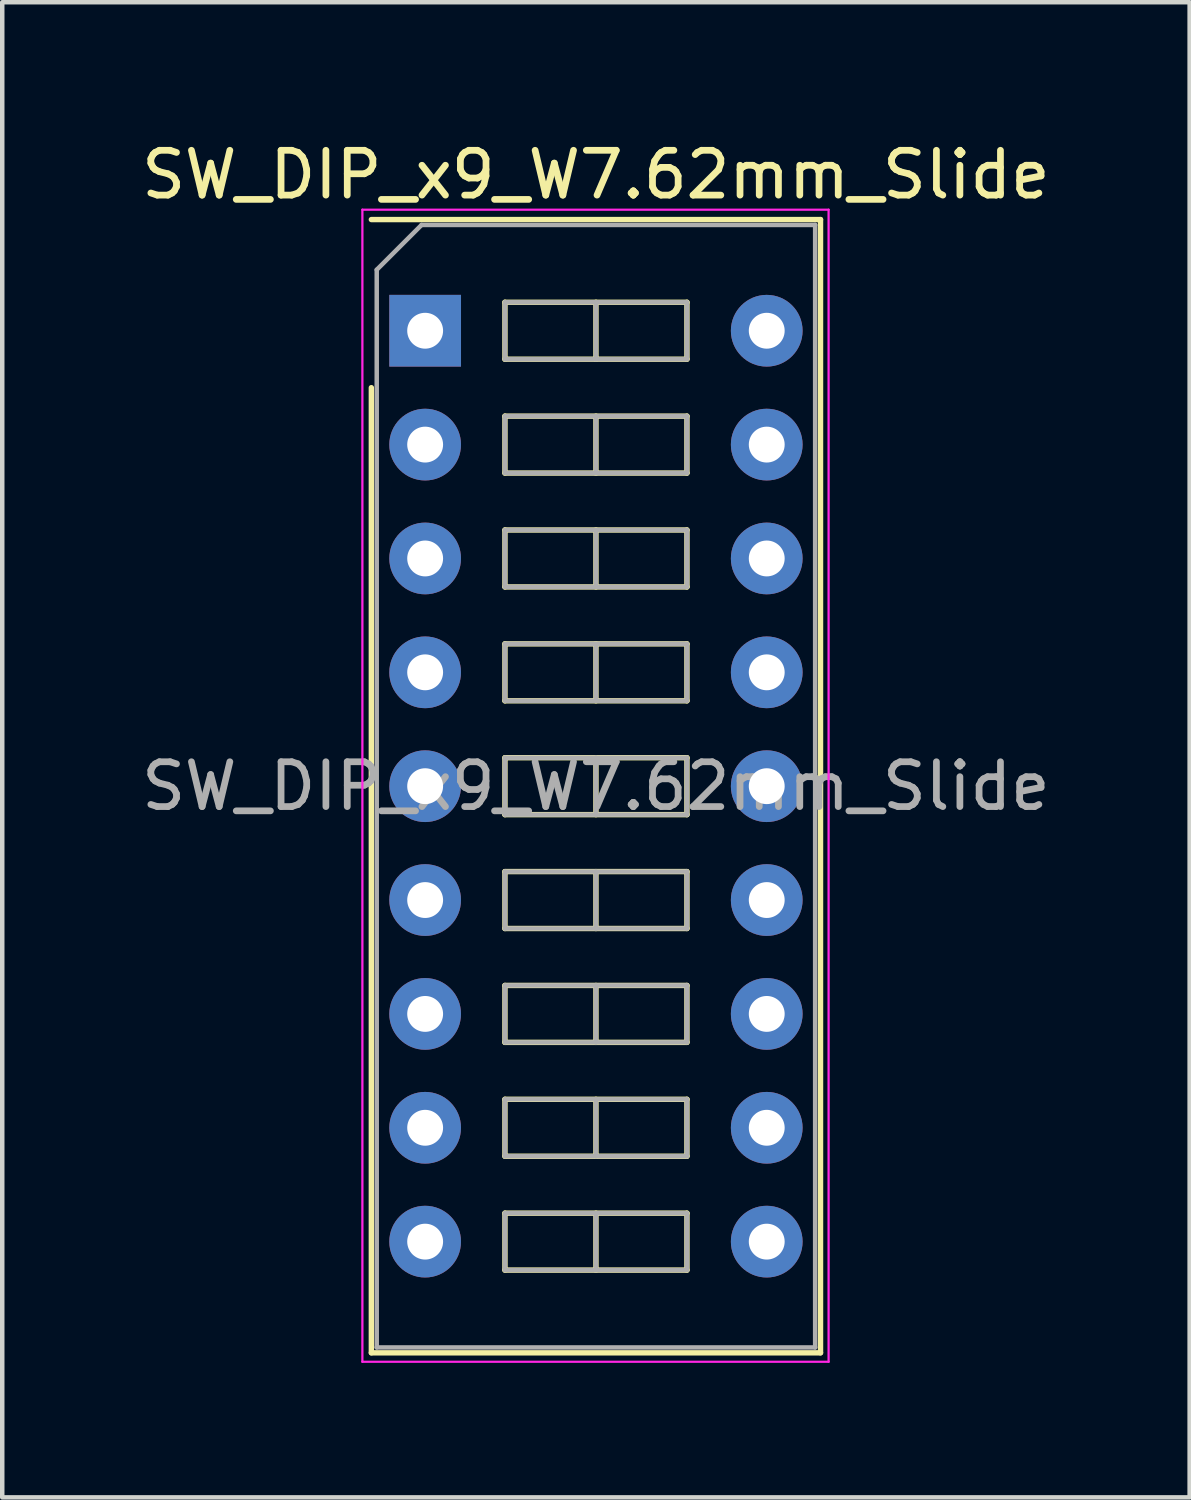
<source format=kicad_pcb>
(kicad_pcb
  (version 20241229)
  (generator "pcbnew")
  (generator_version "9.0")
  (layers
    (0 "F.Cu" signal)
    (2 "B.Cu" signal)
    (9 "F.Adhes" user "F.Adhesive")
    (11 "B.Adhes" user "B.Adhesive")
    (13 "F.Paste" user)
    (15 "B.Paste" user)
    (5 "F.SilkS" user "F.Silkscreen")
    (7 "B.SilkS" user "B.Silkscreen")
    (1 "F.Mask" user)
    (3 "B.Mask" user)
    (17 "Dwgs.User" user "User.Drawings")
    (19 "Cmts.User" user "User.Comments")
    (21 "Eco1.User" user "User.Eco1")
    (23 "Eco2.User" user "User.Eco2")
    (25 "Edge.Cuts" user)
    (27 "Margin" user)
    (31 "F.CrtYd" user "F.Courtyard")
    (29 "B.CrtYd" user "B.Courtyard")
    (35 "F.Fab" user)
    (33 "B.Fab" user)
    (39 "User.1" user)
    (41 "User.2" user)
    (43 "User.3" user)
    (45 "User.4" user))
  (footprint "SW_DIP_x9_W7.62mm_Slide"
    (layer "F.Cu")
    (at 6.434 4.328)
    (property "Reference" "SW_DIP_x9_W7.62mm_Slide" (at 3.81 -3.48 0) (layer "F.SilkS") (effects (font (size 1 1) (thickness 0.15))))
    (attr through_hole)
    (fp_line (start -1.2 -2.48) (end 8.82 -2.48) (stroke (width 0.12) (type solid)) (layer "F.SilkS"))
    (fp_line (start -1.2 22.8) (end -1.2 1.27) (stroke (width 0.12) (type solid)) (layer "F.SilkS"))
    (fp_line (start 1.78 -0.635) (end 1.78 0.635) (stroke (width 0.12) (type solid)) (layer "F.SilkS"))
    (fp_line (start 1.78 0.635) (end 5.84 0.635) (stroke (width 0.12) (type solid)) (layer "F.SilkS"))
    (fp_line (start 1.78 1.905) (end 1.78 3.175) (stroke (width 0.12) (type solid)) (layer "F.SilkS"))
    (fp_line (start 1.78 3.175) (end 5.84 3.175) (stroke (width 0.12) (type solid)) (layer "F.SilkS"))
    (fp_line (start 1.78 4.445) (end 1.78 5.715) (stroke (width 0.12) (type solid)) (layer "F.SilkS"))
    (fp_line (start 1.78 5.715) (end 5.84 5.715) (stroke (width 0.12) (type solid)) (layer "F.SilkS"))
    (fp_line (start 1.78 6.985) (end 1.78 8.255) (stroke (width 0.12) (type solid)) (layer "F.SilkS"))
    (fp_line (start 1.78 8.255) (end 5.84 8.255) (stroke (width 0.12) (type solid)) (layer "F.SilkS"))
    (fp_line (start 1.78 9.525) (end 1.78 10.795) (stroke (width 0.12) (type solid)) (layer "F.SilkS"))
    (fp_line (start 1.78 10.795) (end 5.84 10.795) (stroke (width 0.12) (type solid)) (layer "F.SilkS"))
    (fp_line (start 1.78 12.065) (end 1.78 13.335) (stroke (width 0.12) (type solid)) (layer "F.SilkS"))
    (fp_line (start 1.78 13.335) (end 5.84 13.335) (stroke (width 0.12) (type solid)) (layer "F.SilkS"))
    (fp_line (start 1.78 14.605) (end 1.78 15.875) (stroke (width 0.12) (type solid)) (layer "F.SilkS"))
    (fp_line (start 1.78 15.875) (end 5.84 15.875) (stroke (width 0.12) (type solid)) (layer "F.SilkS"))
    (fp_line (start 1.78 17.145) (end 1.78 18.415) (stroke (width 0.12) (type solid)) (layer "F.SilkS"))
    (fp_line (start 1.78 18.415) (end 5.84 18.415) (stroke (width 0.12) (type solid)) (layer "F.SilkS"))
    (fp_line (start 1.78 19.685) (end 1.78 20.955) (stroke (width 0.12) (type solid)) (layer "F.SilkS"))
    (fp_line (start 1.78 20.955) (end 5.84 20.955) (stroke (width 0.12) (type solid)) (layer "F.SilkS"))
    (fp_line (start 3.81 -0.635) (end 3.81 0.635) (stroke (width 0.12) (type solid)) (layer "F.SilkS"))
    (fp_line (start 3.81 1.905) (end 3.81 3.175) (stroke (width 0.12) (type solid)) (layer "F.SilkS"))
    (fp_line (start 3.81 4.445) (end 3.81 5.715) (stroke (width 0.12) (type solid)) (layer "F.SilkS"))
    (fp_line (start 3.81 6.985) (end 3.81 8.255) (stroke (width 0.12) (type solid)) (layer "F.SilkS"))
    (fp_line (start 3.81 9.525) (end 3.81 10.795) (stroke (width 0.12) (type solid)) (layer "F.SilkS"))
    (fp_line (start 3.81 12.065) (end 3.81 13.335) (stroke (width 0.12) (type solid)) (layer "F.SilkS"))
    (fp_line (start 3.81 14.605) (end 3.81 15.875) (stroke (width 0.12) (type solid)) (layer "F.SilkS"))
    (fp_line (start 3.81 17.145) (end 3.81 18.415) (stroke (width 0.12) (type solid)) (layer "F.SilkS"))
    (fp_line (start 3.81 19.685) (end 3.81 20.955) (stroke (width 0.12) (type solid)) (layer "F.SilkS"))
    (fp_line (start 5.84 -0.635) (end 1.78 -0.635) (stroke (width 0.12) (type solid)) (layer "F.SilkS"))
    (fp_line (start 5.84 0.635) (end 5.84 -0.635) (stroke (width 0.12) (type solid)) (layer "F.SilkS"))
    (fp_line (start 5.84 1.905) (end 1.78 1.905) (stroke (width 0.12) (type solid)) (layer "F.SilkS"))
    (fp_line (start 5.84 3.175) (end 5.84 1.905) (stroke (width 0.12) (type solid)) (layer "F.SilkS"))
    (fp_line (start 5.84 4.445) (end 1.78 4.445) (stroke (width 0.12) (type solid)) (layer "F.SilkS"))
    (fp_line (start 5.84 5.715) (end 5.84 4.445) (stroke (width 0.12) (type solid)) (layer "F.SilkS"))
    (fp_line (start 5.84 6.985) (end 1.78 6.985) (stroke (width 0.12) (type solid)) (layer "F.SilkS"))
    (fp_line (start 5.84 8.255) (end 5.84 6.985) (stroke (width 0.12) (type solid)) (layer "F.SilkS"))
    (fp_line (start 5.84 9.525) (end 1.78 9.525) (stroke (width 0.12) (type solid)) (layer "F.SilkS"))
    (fp_line (start 5.84 10.795) (end 5.84 9.525) (stroke (width 0.12) (type solid)) (layer "F.SilkS"))
    (fp_line (start 5.84 12.065) (end 1.78 12.065) (stroke (width 0.12) (type solid)) (layer "F.SilkS"))
    (fp_line (start 5.84 13.335) (end 5.84 12.065) (stroke (width 0.12) (type solid)) (layer "F.SilkS"))
    (fp_line (start 5.84 14.605) (end 1.78 14.605) (stroke (width 0.12) (type solid)) (layer "F.SilkS"))
    (fp_line (start 5.84 15.875) (end 5.84 14.605) (stroke (width 0.12) (type solid)) (layer "F.SilkS"))
    (fp_line (start 5.84 17.145) (end 1.78 17.145) (stroke (width 0.12) (type solid)) (layer "F.SilkS"))
    (fp_line (start 5.84 18.415) (end 5.84 17.145) (stroke (width 0.12) (type solid)) (layer "F.SilkS"))
    (fp_line (start 5.84 19.685) (end 1.78 19.685) (stroke (width 0.12) (type solid)) (layer "F.SilkS"))
    (fp_line (start 5.84 20.955) (end 5.84 19.685) (stroke (width 0.12) (type solid)) (layer "F.SilkS"))
    (fp_line (start 8.82 -2.48) (end 8.82 22.8) (stroke (width 0.12) (type solid)) (layer "F.SilkS"))
    (fp_line (start 8.82 22.8) (end -1.2 22.8) (stroke (width 0.12) (type solid)) (layer "F.SilkS"))
    (fp_line (start -1.4 -2.7) (end -1.4 23) (stroke (width 0.05) (type solid)) (layer "F.CrtYd"))
    (fp_line (start -1.4 23) (end 9 23) (stroke (width 0.05) (type solid)) (layer "F.CrtYd"))
    (fp_line (start 9 -2.7) (end -1.4 -2.7) (stroke (width 0.05) (type solid)) (layer "F.CrtYd"))
    (fp_line (start 9 23) (end 9 -2.7) (stroke (width 0.05) (type solid)) (layer "F.CrtYd"))
    (fp_line (start -1.08 -1.36) (end -0.08 -2.36) (stroke (width 0.1) (type solid)) (layer "F.Fab"))
    (fp_line (start -1.08 22.68) (end -1.08 -1.36) (stroke (width 0.1) (type solid)) (layer "F.Fab"))
    (fp_line (start -0.08 -2.36) (end 8.7 -2.36) (stroke (width 0.1) (type solid)) (layer "F.Fab"))
    (fp_line (start 1.78 -0.635) (end 1.78 0.635) (stroke (width 0.1) (type solid)) (layer "F.Fab"))
    (fp_line (start 1.78 0.635) (end 5.84 0.635) (stroke (width 0.1) (type solid)) (layer "F.Fab"))
    (fp_line (start 1.78 1.905) (end 1.78 3.175) (stroke (width 0.1) (type solid)) (layer "F.Fab"))
    (fp_line (start 1.78 3.175) (end 5.84 3.175) (stroke (width 0.1) (type solid)) (layer "F.Fab"))
    (fp_line (start 1.78 4.445) (end 1.78 5.715) (stroke (width 0.1) (type solid)) (layer "F.Fab"))
    (fp_line (start 1.78 5.715) (end 5.84 5.715) (stroke (width 0.1) (type solid)) (layer "F.Fab"))
    (fp_line (start 1.78 6.985) (end 1.78 8.255) (stroke (width 0.1) (type solid)) (layer "F.Fab"))
    (fp_line (start 1.78 8.255) (end 5.84 8.255) (stroke (width 0.1) (type solid)) (layer "F.Fab"))
    (fp_line (start 1.78 9.525) (end 1.78 10.795) (stroke (width 0.1) (type solid)) (layer "F.Fab"))
    (fp_line (start 1.78 10.795) (end 5.84 10.795) (stroke (width 0.1) (type solid)) (layer "F.Fab"))
    (fp_line (start 1.78 12.065) (end 1.78 13.335) (stroke (width 0.1) (type solid)) (layer "F.Fab"))
    (fp_line (start 1.78 13.335) (end 5.84 13.335) (stroke (width 0.1) (type solid)) (layer "F.Fab"))
    (fp_line (start 1.78 14.605) (end 1.78 15.875) (stroke (width 0.1) (type solid)) (layer "F.Fab"))
    (fp_line (start 1.78 15.875) (end 5.84 15.875) (stroke (width 0.1) (type solid)) (layer "F.Fab"))
    (fp_line (start 1.78 17.145) (end 1.78 18.415) (stroke (width 0.1) (type solid)) (layer "F.Fab"))
    (fp_line (start 1.78 18.415) (end 5.84 18.415) (stroke (width 0.1) (type solid)) (layer "F.Fab"))
    (fp_line (start 1.78 19.685) (end 1.78 20.955) (stroke (width 0.1) (type solid)) (layer "F.Fab"))
    (fp_line (start 1.78 20.955) (end 5.84 20.955) (stroke (width 0.1) (type solid)) (layer "F.Fab"))
    (fp_line (start 3.81 -0.635) (end 3.81 0.635) (stroke (width 0.1) (type solid)) (layer "F.Fab"))
    (fp_line (start 3.81 1.905) (end 3.81 3.175) (stroke (width 0.1) (type solid)) (layer "F.Fab"))
    (fp_line (start 3.81 4.445) (end 3.81 5.715) (stroke (width 0.1) (type solid)) (layer "F.Fab"))
    (fp_line (start 3.81 6.985) (end 3.81 8.255) (stroke (width 0.1) (type solid)) (layer "F.Fab"))
    (fp_line (start 3.81 9.525) (end 3.81 10.795) (stroke (width 0.1) (type solid)) (layer "F.Fab"))
    (fp_line (start 3.81 12.065) (end 3.81 13.335) (stroke (width 0.1) (type solid)) (layer "F.Fab"))
    (fp_line (start 3.81 14.605) (end 3.81 15.875) (stroke (width 0.1) (type solid)) (layer "F.Fab"))
    (fp_line (start 3.81 17.145) (end 3.81 18.415) (stroke (width 0.1) (type solid)) (layer "F.Fab"))
    (fp_line (start 3.81 19.685) (end 3.81 20.955) (stroke (width 0.1) (type solid)) (layer "F.Fab"))
    (fp_line (start 5.84 -0.635) (end 1.78 -0.635) (stroke (width 0.1) (type solid)) (layer "F.Fab"))
    (fp_line (start 5.84 0.635) (end 5.84 -0.635) (stroke (width 0.1) (type solid)) (layer "F.Fab"))
    (fp_line (start 5.84 1.905) (end 1.78 1.905) (stroke (width 0.1) (type solid)) (layer "F.Fab"))
    (fp_line (start 5.84 3.175) (end 5.84 1.905) (stroke (width 0.1) (type solid)) (layer "F.Fab"))
    (fp_line (start 5.84 4.445) (end 1.78 4.445) (stroke (width 0.1) (type solid)) (layer "F.Fab"))
    (fp_line (start 5.84 5.715) (end 5.84 4.445) (stroke (width 0.1) (type solid)) (layer "F.Fab"))
    (fp_line (start 5.84 6.985) (end 1.78 6.985) (stroke (width 0.1) (type solid)) (layer "F.Fab"))
    (fp_line (start 5.84 8.255) (end 5.84 6.985) (stroke (width 0.1) (type solid)) (layer "F.Fab"))
    (fp_line (start 5.84 9.525) (end 1.78 9.525) (stroke (width 0.1) (type solid)) (layer "F.Fab"))
    (fp_line (start 5.84 10.795) (end 5.84 9.525) (stroke (width 0.1) (type solid)) (layer "F.Fab"))
    (fp_line (start 5.84 12.065) (end 1.78 12.065) (stroke (width 0.1) (type solid)) (layer "F.Fab"))
    (fp_line (start 5.84 13.335) (end 5.84 12.065) (stroke (width 0.1) (type solid)) (layer "F.Fab"))
    (fp_line (start 5.84 14.605) (end 1.78 14.605) (stroke (width 0.1) (type solid)) (layer "F.Fab"))
    (fp_line (start 5.84 15.875) (end 5.84 14.605) (stroke (width 0.1) (type solid)) (layer "F.Fab"))
    (fp_line (start 5.84 17.145) (end 1.78 17.145) (stroke (width 0.1) (type solid)) (layer "F.Fab"))
    (fp_line (start 5.84 18.415) (end 5.84 17.145) (stroke (width 0.1) (type solid)) (layer "F.Fab"))
    (fp_line (start 5.84 19.685) (end 1.78 19.685) (stroke (width 0.1) (type solid)) (layer "F.Fab"))
    (fp_line (start 5.84 20.955) (end 5.84 19.685) (stroke (width 0.1) (type solid)) (layer "F.Fab"))
    (fp_line (start 8.7 -2.36) (end 8.7 22.68) (stroke (width 0.1) (type solid)) (layer "F.Fab"))
    (fp_line (start 8.7 22.68) (end -1.08 22.68) (stroke (width 0.1) (type solid)) (layer "F.Fab"))
    (fp_text user "${REFERENCE}" (at 3.81 10.16 0) (layer "F.Fab") (effects (font (size 1 1) (thickness 0.15))))
    (pad "1" thru_hole rect (at 0 0) (size 1.6 1.6) (drill 0.8) (layers "*.Cu" "*.Mask"))
    (pad "2" thru_hole oval (at 0 2.54) (size 1.6 1.6) (drill 0.8) (layers "*.Cu" "*.Mask"))
    (pad "3" thru_hole oval (at 0 5.08) (size 1.6 1.6) (drill 0.8) (layers "*.Cu" "*.Mask"))
    (pad "4" thru_hole oval (at 0 7.62) (size 1.6 1.6) (drill 0.8) (layers "*.Cu" "*.Mask"))
    (pad "5" thru_hole oval (at 0 10.16) (size 1.6 1.6) (drill 0.8) (layers "*.Cu" "*.Mask"))
    (pad "6" thru_hole oval (at 0 12.7) (size 1.6 1.6) (drill 0.8) (layers "*.Cu" "*.Mask"))
    (pad "7" thru_hole oval (at 0 15.24) (size 1.6 1.6) (drill 0.8) (layers "*.Cu" "*.Mask"))
    (pad "8" thru_hole oval (at 0 17.78) (size 1.6 1.6) (drill 0.8) (layers "*.Cu" "*.Mask"))
    (pad "9" thru_hole oval (at 0 20.32) (size 1.6 1.6) (drill 0.8) (layers "*.Cu" "*.Mask"))
    (pad "10" thru_hole oval (at 7.62 20.32) (size 1.6 1.6) (drill 0.8) (layers "*.Cu" "*.Mask"))
    (pad "11" thru_hole oval (at 7.62 17.78) (size 1.6 1.6) (drill 0.8) (layers "*.Cu" "*.Mask"))
    (pad "12" thru_hole oval (at 7.62 15.24) (size 1.6 1.6) (drill 0.8) (layers "*.Cu" "*.Mask"))
    (pad "13" thru_hole oval (at 7.62 12.7) (size 1.6 1.6) (drill 0.8) (layers "*.Cu" "*.Mask"))
    (pad "14" thru_hole oval (at 7.62 10.16) (size 1.6 1.6) (drill 0.8) (layers "*.Cu" "*.Mask"))
    (pad "15" thru_hole oval (at 7.62 7.62) (size 1.6 1.6) (drill 0.8) (layers "*.Cu" "*.Mask"))
    (pad "16" thru_hole oval (at 7.62 5.08) (size 1.6 1.6) (drill 0.8) (layers "*.Cu" "*.Mask"))
    (pad "17" thru_hole oval (at 7.62 2.54) (size 1.6 1.6) (drill 0.8) (layers "*.Cu" "*.Mask"))
    (pad "18" thru_hole oval (at 7.62 0) (size 1.6 1.6) (drill 0.8) (layers "*.Cu" "*.Mask")))
  (gr_rect
    (start -3 -3)
    (end 23.488 30.353)
    (stroke (width 0.1) (type default))
    (fill no)
    (layer "Edge.Cuts")))
</source>
